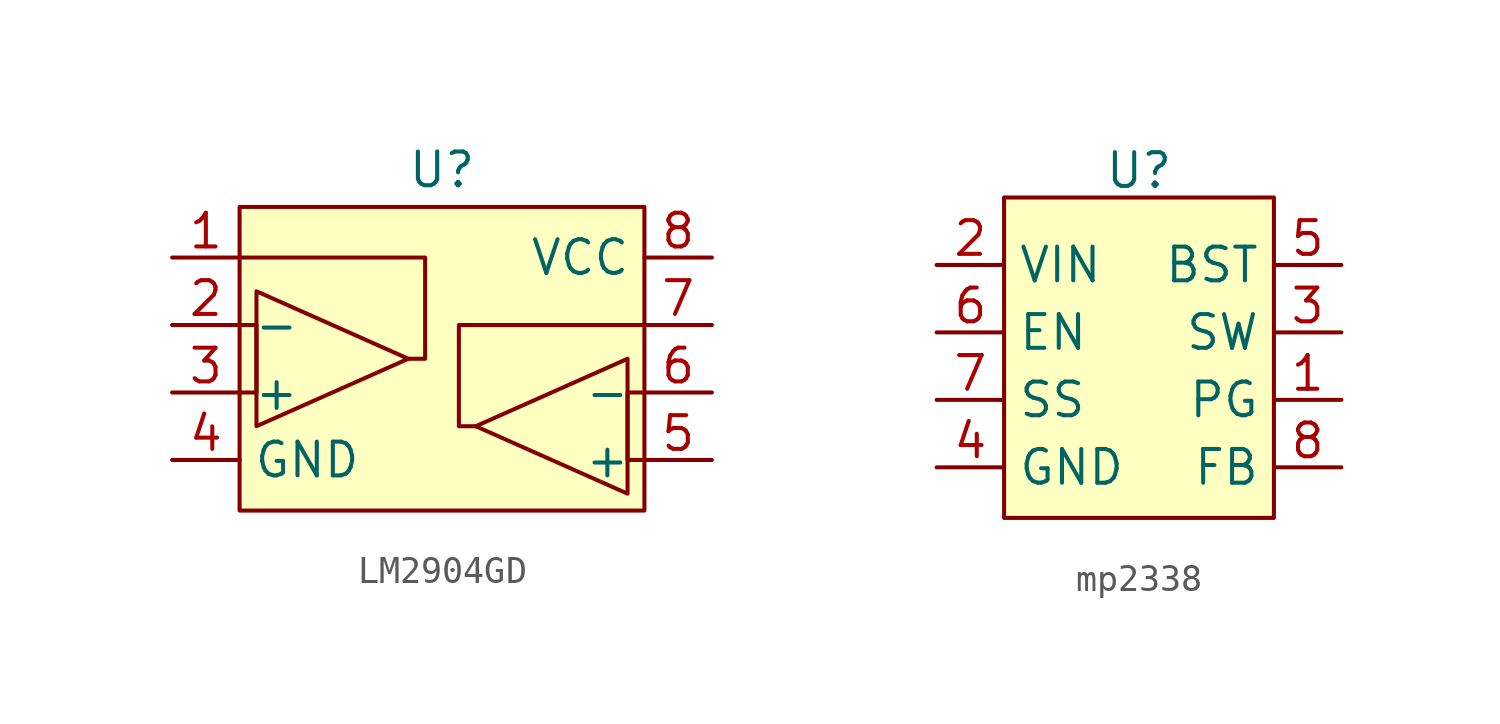
<source format=kicad_sym>
(kicad_symbol_lib
  (version 20231120)
  (generator "kicad_symbol_editor")
  (generator_version "8.0")
  (symbol "LM2904GD"
    (property "Reference" "U"
      (at 0 7.112 0)
      (effects (font (size 1.27 1.27))))
    (property "Value" ""
      (at 3.81 0 0)
      (effects (font (size 1.27 1.27))))
    (symbol "LM2904GD_0_1"
      (polyline (pts (xy -6.985 2.54) (xy -6.985 -2.54) (xy -1.27 0) (xy -6.985 2.54)) (stroke (width 0) (type default)) (fill (type none)))
      (polyline (pts (xy 6.985 -5.08) (xy 6.985 0) (xy 1.27 -2.54) (xy 6.985 -5.08)) (stroke (width 0) (type default)) (fill (type none))))
    (symbol "LM2904GD_1_1"
      (rectangle (start -7.62 5.715) (end 7.62 -5.715) (stroke (width 0) (type default)) (fill (type background)))
      (polyline (pts (xy -7.62 -1.27) (xy -6.985 -1.27) (xy -6.985 1.27) (xy -7.62 1.27)) (stroke (width 0) (type default)) (fill (type none)))
      (polyline (pts (xy -7.62 3.81) (xy -0.635 3.81) (xy -0.635 0) (xy -1.27 0)) (stroke (width 0) (type default)) (fill (type none)))
      (polyline (pts (xy 7.62 -1.27) (xy 6.985 -1.27) (xy 6.985 -3.81) (xy 7.62 -3.81)) (stroke (width 0) (type default)) (fill (type none)))
      (polyline (pts (xy 7.62 1.27) (xy 0.635 1.27) (xy 0.635 -2.54) (xy 1.27 -2.54)) (stroke (width 0) (type default)) (fill (type none)))
      (pin passive line (at -10.16 3.81 0) (length 2.54) (name "" (effects (font (size 1.27 1.27)))) (number "1" (effects (font (size 1.27 1.27)))))
      (pin passive line (at -10.16 1.27 0) (length 2.54) (name "-" (effects (font (size 1.27 1.27)))) (number "2" (effects (font (size 1.27 1.27)))))
      (pin passive line (at -10.16 -1.27 0) (length 2.54) (name "+" (effects (font (size 1.27 1.27)))) (number "3" (effects (font (size 1.27 1.27)))))
      (pin passive line (at -10.16 -3.81 0) (length 2.54) (name "GND" (effects (font (size 1.27 1.27)))) (number "4" (effects (font (size 1.27 1.27)))))
      (pin passive line (at 10.16 -3.81 180) (length 2.54) (name "+" (effects (font (size 1.27 1.27)))) (number "5" (effects (font (size 1.27 1.27)))))
      (pin passive line (at 10.16 -1.27 180) (length 2.54) (name "-" (effects (font (size 1.27 1.27)))) (number "6" (effects (font (size 1.27 1.27)))))
      (pin passive line (at 10.16 1.27 180) (length 2.54) (name "" (effects (font (size 1.27 1.27)))) (number "7" (effects (font (size 1.27 1.27)))))
      (pin passive line (at 10.16 3.81 180) (length 2.54) (name "VCC" (effects (font (size 1.27 1.27)))) (number "8" (effects (font (size 1.27 1.27)))))))
  (symbol "mp2338"
    (property "Reference" "U"
      (at 0 7.366 0)
      (effects (font (size 1.27 1.27))))
    (property "Value" ""
      (at 0 -1.27 0)
      (effects (font (size 1.27 1.27))))
    (symbol "mp2338_1_1"
      (rectangle (start -5.08 6.35) (end 5.08 -5.715) (stroke (width 0) (type default)) (fill (type background)))
      (pin passive line (at 7.62 -1.27 180) (length 2.54) (name "PG" (effects (font (size 1.27 1.27)))) (number "1" (effects (font (size 1.27 1.27)))))
      (pin passive line (at -7.62 3.81 0) (length 2.54) (name "VIN" (effects (font (size 1.27 1.27)))) (number "2" (effects (font (size 1.27 1.27)))))
      (pin passive line (at 7.62 1.27 180) (length 2.54) (name "SW" (effects (font (size 1.27 1.27)))) (number "3" (effects (font (size 1.27 1.27)))))
      (pin passive line (at -7.62 -3.81 0) (length 2.54) (name "GND" (effects (font (size 1.27 1.27)))) (number "4" (effects (font (size 1.27 1.27)))))
      (pin passive line (at 7.62 3.81 180) (length 2.54) (name "BST" (effects (font (size 1.27 1.27)))) (number "5" (effects (font (size 1.27 1.27)))))
      (pin passive line (at -7.62 1.27 0) (length 2.54) (name "EN" (effects (font (size 1.27 1.27)))) (number "6" (effects (font (size 1.27 1.27)))))
      (pin passive line (at -7.62 -1.27 0) (length 2.54) (name "SS" (effects (font (size 1.27 1.27)))) (number "7" (effects (font (size 1.27 1.27)))))
      (pin passive line (at 7.62 -3.81 180) (length 2.54) (name "FB" (effects (font (size 1.27 1.27)))) (number "8" (effects (font (size 1.27 1.27))))))))
</source>
